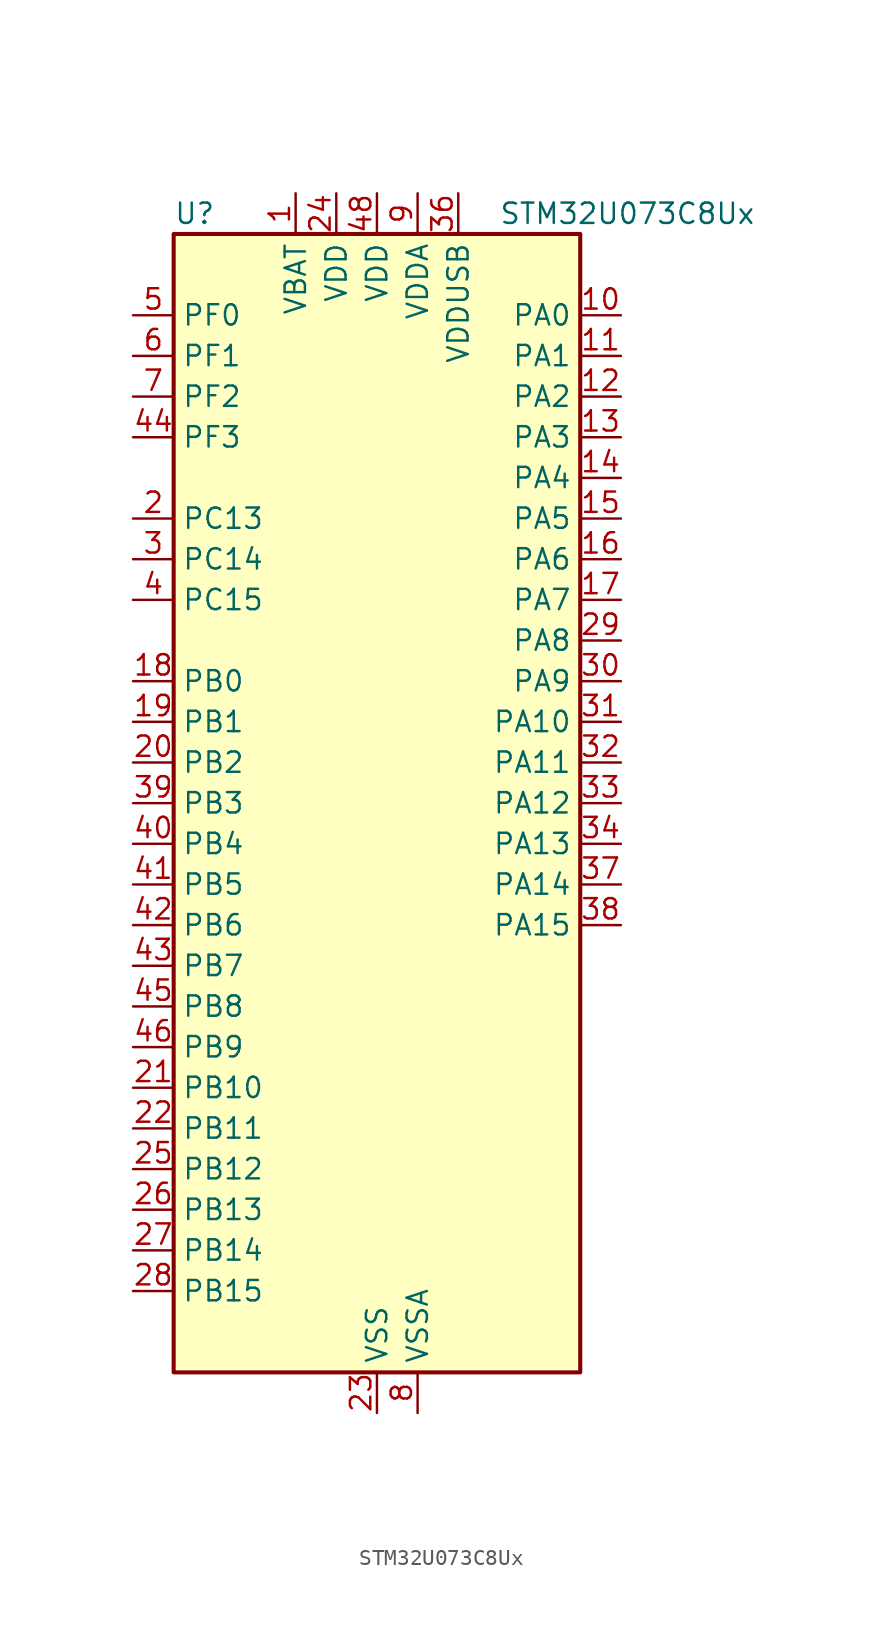
<source format=kicad_sym>
(kicad_symbol_lib
  (version 20241209)
  (generator "kicad_symbol_editor")
  (generator_version "9.0")
  (symbol "STM32U073C8Ux"
    (property "Reference" "U"
      (at -12.7 36.83 0)
      (effects (font (size 1.27 1.27)) (justify left)))
    (property "Value" "STM32U073C8Ux"
      (at 7.62 36.83 0)
      (effects (font (size 1.27 1.27)) (justify left)))
    (symbol "STM32U073C8Ux_0_1"
      (rectangle (start -12.7 -35.56) (end 12.7 35.56) (stroke (width 0.254) (type default)) (fill (type background))))
    (symbol "STM32U073C8Ux_1_1"
      (pin bidirectional line (at -15.24 30.48 0) (length 2.54) (name "PF0" (effects (font (size 1.27 1.27)))) (number "5" (effects (font (size 1.27 1.27)))) (alternate "RCC_OSC_IN" bidirectional line))
      (pin bidirectional line (at -15.24 27.94 0) (length 2.54) (name "PF1" (effects (font (size 1.27 1.27)))) (number "6" (effects (font (size 1.27 1.27)))) (alternate "RCC_OSC_EN" bidirectional line) (alternate "RCC_OSC_OUT" bidirectional line))
      (pin bidirectional line (at -15.24 25.4 0) (length 2.54) (name "PF2" (effects (font (size 1.27 1.27)))) (number "7" (effects (font (size 1.27 1.27)))) (alternate "RCC_MCO" bidirectional line))
      (pin bidirectional line (at -15.24 22.86 0) (length 2.54) (name "PF3" (effects (font (size 1.27 1.27)))) (number "44" (effects (font (size 1.27 1.27)))))
      (pin bidirectional line (at -15.24 17.78 0) (length 2.54) (name "PC13" (effects (font (size 1.27 1.27)))) (number "2" (effects (font (size 1.27 1.27)))) (alternate "LPTIM1_CH3" bidirectional line) (alternate "LPTIM3_CH3" bidirectional line) (alternate "PWR_WKUP2" bidirectional line) (alternate "RTC_OUT1" bidirectional line) (alternate "RTC_TS" bidirectional line) (alternate "TAMP_IN1" bidirectional line))
      (pin bidirectional line (at -15.24 15.24 0) (length 2.54) (name "PC14" (effects (font (size 1.27 1.27)))) (number "3" (effects (font (size 1.27 1.27)))) (alternate "RCC_OSC32_IN" bidirectional line))
      (pin bidirectional line (at -15.24 12.7 0) (length 2.54) (name "PC15" (effects (font (size 1.27 1.27)))) (number "4" (effects (font (size 1.27 1.27)))) (alternate "RCC_OSC32_EN" bidirectional line) (alternate "RCC_OSC32_OUT" bidirectional line) (alternate "RCC_OSC_EN" bidirectional line))
      (pin bidirectional line (at -15.24 7.62 0) (length 2.54) (name "PB0" (effects (font (size 1.27 1.27)))) (number "18" (effects (font (size 1.27 1.27)))) (alternate "ADC1_IN17" bidirectional line) (alternate "COMP1_OUT" bidirectional line) (alternate "LCD_SEG5" bidirectional line) (alternate "LPTIM3_CH1" bidirectional line) (alternate "LPUART2_CTS" bidirectional line) (alternate "SPI1_NSS" bidirectional line) (alternate "TIM1_CH2N" bidirectional line) (alternate "TIM3_CH3" bidirectional line) (alternate "TSC_G5_IO2" bidirectional line) (alternate "USART3_CK" bidirectional line))
      (pin bidirectional line (at -15.24 5.08 0) (length 2.54) (name "PB1" (effects (font (size 1.27 1.27)))) (number "19" (effects (font (size 1.27 1.27)))) (alternate "ADC1_IN18" bidirectional line) (alternate "COMP1_INM" bidirectional line) (alternate "LCD_SEG6" bidirectional line) (alternate "LPTIM2_IN1" bidirectional line) (alternate "LPTIM3_CH2" bidirectional line) (alternate "LPUART1_DE" bidirectional line) (alternate "LPUART1_RTS" bidirectional line) (alternate "LPUART2_DE" bidirectional line) (alternate "LPUART2_RTS" bidirectional line) (alternate "TIM1_CH3N" bidirectional line) (alternate "TIM3_CH4" bidirectional line) (alternate "TSC_SYNC" bidirectional line) (alternate "USART3_DE" bidirectional line) (alternate "USART3_RTS" bidirectional line))
      (pin bidirectional line (at -15.24 2.54 0) (length 2.54) (name "PB2" (effects (font (size 1.27 1.27)))) (number "20" (effects (font (size 1.27 1.27)))) (alternate "COMP1_INP" bidirectional line) (alternate "LCD_VLCD" bidirectional line) (alternate "LPTIM1_CH1" bidirectional line) (alternate "RTC_OUT2" bidirectional line))
      (pin bidirectional line (at -15.24 0 0) (length 2.54) (name "PB3" (effects (font (size 1.27 1.27)))) (number "39" (effects (font (size 1.27 1.27)))) (alternate "COMP2_INM" bidirectional line) (alternate "DEBUG_JTDO-SWO" bidirectional line) (alternate "I2C2_SCL" bidirectional line) (alternate "I2C3_SCL" bidirectional line) (alternate "LCD_SEG7" bidirectional line) (alternate "LPTIM1_CH3" bidirectional line) (alternate "SPI1_SCK" bidirectional line) (alternate "SPI3_SCK" bidirectional line) (alternate "TIM2_CH2" bidirectional line) (alternate "USART1_DE" bidirectional line) (alternate "USART1_RTS" bidirectional line))
      (pin bidirectional line (at -15.24 -2.54 0) (length 2.54) (name "PB4" (effects (font (size 1.27 1.27)))) (number "40" (effects (font (size 1.27 1.27)))) (alternate "COMP2_INP" bidirectional line) (alternate "I2C2_SDA" bidirectional line) (alternate "I2C3_SDA" bidirectional line) (alternate "LCD_SEG8" bidirectional line) (alternate "LPTIM1_CH4" bidirectional line) (alternate "LPUART3_DE" bidirectional line) (alternate "LPUART3_RTS" bidirectional line) (alternate "SPI1_MISO" bidirectional line) (alternate "SPI3_MISO" bidirectional line) (alternate "TIM3_CH1" bidirectional line) (alternate "TSC_G2_IO1" bidirectional line) (alternate "USART1_CTS" bidirectional line))
      (pin bidirectional line (at -15.24 -5.08 0) (length 2.54) (name "PB5" (effects (font (size 1.27 1.27)))) (number "41" (effects (font (size 1.27 1.27)))) (alternate "COMP2_OUT" bidirectional line) (alternate "LCD_SEG9" bidirectional line) (alternate "LPTIM1_IN1" bidirectional line) (alternate "LPUART3_CTS" bidirectional line) (alternate "SPI1_MOSI" bidirectional line) (alternate "SPI3_MOSI" bidirectional line) (alternate "TIM16_BKIN" bidirectional line) (alternate "TIM3_CH2" bidirectional line) (alternate "TSC_G2_IO2" bidirectional line) (alternate "USART1_CK" bidirectional line))
      (pin bidirectional line (at -15.24 -7.62 0) (length 2.54) (name "PB6" (effects (font (size 1.27 1.27)))) (number "42" (effects (font (size 1.27 1.27)))) (alternate "COMP2_INP" bidirectional line) (alternate "I2C1_SCL" bidirectional line) (alternate "I2C2_SCL" bidirectional line) (alternate "I2C4_SCL" bidirectional line) (alternate "LPTIM1_ETR" bidirectional line) (alternate "LPUART2_TX" bidirectional line) (alternate "LPUART3_TX" bidirectional line) (alternate "TIM16_CH1N" bidirectional line) (alternate "TSC_G2_IO3" bidirectional line) (alternate "USART1_TX" bidirectional line))
      (pin bidirectional line (at -15.24 -10.16 0) (length 2.54) (name "PB7" (effects (font (size 1.27 1.27)))) (number "43" (effects (font (size 1.27 1.27)))) (alternate "COMP2_INM" bidirectional line) (alternate "I2C1_SDA" bidirectional line) (alternate "I2C2_SDA" bidirectional line) (alternate "I2C4_SDA" bidirectional line) (alternate "LCD_SEG21" bidirectional line) (alternate "LPTIM1_IN2" bidirectional line) (alternate "LPUART2_RX" bidirectional line) (alternate "LPUART3_RX" bidirectional line) (alternate "PWR_PVD_IN" bidirectional line) (alternate "TSC_G2_IO4" bidirectional line) (alternate "USART1_RX" bidirectional line) (alternate "USART4_CTS" bidirectional line))
      (pin bidirectional line (at -15.24 -12.7 0) (length 2.54) (name "PB8" (effects (font (size 1.27 1.27)))) (number "45" (effects (font (size 1.27 1.27)))) (alternate "I2C1_SCL" bidirectional line) (alternate "I2C2_SCL" bidirectional line) (alternate "LCD_SEG16" bidirectional line) (alternate "LPTIM1_IN2" bidirectional line) (alternate "LPTIM3_IN2" bidirectional line) (alternate "TIM16_CH1" bidirectional line) (alternate "USART3_TX" bidirectional line))
      (pin bidirectional line (at -15.24 -15.24 0) (length 2.54) (name "PB9" (effects (font (size 1.27 1.27)))) (number "46" (effects (font (size 1.27 1.27)))) (alternate "DAC1_EXTI9" bidirectional line) (alternate "I2C1_SDA" bidirectional line) (alternate "I2C2_SDA" bidirectional line) (alternate "IR_OUT" bidirectional line) (alternate "LCD_COM3" bidirectional line) (alternate "LPTIM1_CH4" bidirectional line) (alternate "LPTIM3_CH4" bidirectional line) (alternate "SPI2_NSS" bidirectional line) (alternate "USART3_RX" bidirectional line))
      (pin bidirectional line (at -15.24 -17.78 0) (length 2.54) (name "PB10" (effects (font (size 1.27 1.27)))) (number "21" (effects (font (size 1.27 1.27)))) (alternate "COMP1_OUT" bidirectional line) (alternate "I2C2_SCL" bidirectional line) (alternate "I2C4_SCL" bidirectional line) (alternate "LCD_SEG10" bidirectional line) (alternate "LPTIM3_CH1" bidirectional line) (alternate "LPUART1_RX" bidirectional line) (alternate "LPUART2_RX" bidirectional line) (alternate "SPI2_SCK" bidirectional line) (alternate "TIM2_CH3" bidirectional line) (alternate "TSC_G5_IO3" bidirectional line) (alternate "USART3_TX" bidirectional line))
      (pin bidirectional line (at -15.24 -20.32 0) (length 2.54) (name "PB11" (effects (font (size 1.27 1.27)))) (number "22" (effects (font (size 1.27 1.27)))) (alternate "ADC1_EXTI11" bidirectional line) (alternate "COMP2_OUT" bidirectional line) (alternate "I2C2_SDA" bidirectional line) (alternate "I2C4_SDA" bidirectional line) (alternate "LCD_SEG11" bidirectional line) (alternate "LPUART1_TX" bidirectional line) (alternate "LPUART2_TX" bidirectional line) (alternate "TIM2_CH4" bidirectional line) (alternate "TSC_G5_IO4" bidirectional line) (alternate "USART3_RX" bidirectional line))
      (pin bidirectional line (at -15.24 -22.86 0) (length 2.54) (name "PB12" (effects (font (size 1.27 1.27)))) (number "25" (effects (font (size 1.27 1.27)))) (alternate "LCD_SEG12" bidirectional line) (alternate "LPUART1_DE" bidirectional line) (alternate "LPUART1_RTS" bidirectional line) (alternate "SPI2_NSS" bidirectional line) (alternate "TIM15_BKIN" bidirectional line) (alternate "TIM1_BKIN" bidirectional line) (alternate "TSC_G1_IO1" bidirectional line) (alternate "USART3_CK" bidirectional line))
      (pin bidirectional line (at -15.24 -25.4 0) (length 2.54) (name "PB13" (effects (font (size 1.27 1.27)))) (number "26" (effects (font (size 1.27 1.27)))) (alternate "I2C2_SCL" bidirectional line) (alternate "LCD_SEG13" bidirectional line) (alternate "LPTIM3_IN1" bidirectional line) (alternate "LPUART1_CTS" bidirectional line) (alternate "SPI2_SCK" bidirectional line) (alternate "TIM15_CH1N" bidirectional line) (alternate "TIM1_CH1N" bidirectional line) (alternate "TSC_G1_IO2" bidirectional line) (alternate "USART3_CTS" bidirectional line))
      (pin bidirectional line (at -15.24 -27.94 0) (length 2.54) (name "PB14" (effects (font (size 1.27 1.27)))) (number "27" (effects (font (size 1.27 1.27)))) (alternate "I2C2_SDA" bidirectional line) (alternate "LCD_SEG14" bidirectional line) (alternate "LPTIM3_ETR" bidirectional line) (alternate "SPI2_MISO" bidirectional line) (alternate "TIM15_CH1" bidirectional line) (alternate "TIM1_CH2N" bidirectional line) (alternate "TSC_G1_IO3" bidirectional line) (alternate "USART3_DE" bidirectional line) (alternate "USART3_RTS" bidirectional line))
      (pin bidirectional line (at -15.24 -30.48 0) (length 2.54) (name "PB15" (effects (font (size 1.27 1.27)))) (number "28" (effects (font (size 1.27 1.27)))) (alternate "LCD_SEG15" bidirectional line) (alternate "PWR_WKUP7" bidirectional line) (alternate "RTC_REFIN" bidirectional line) (alternate "SPI2_MOSI" bidirectional line) (alternate "TAMP_IN3" bidirectional line) (alternate "TIM15_CH2" bidirectional line) (alternate "TIM1_CH3N" bidirectional line) (alternate "TSC_G1_IO4" bidirectional line))
      (pin power_in line (at -5.08 38.1 270) (length 2.54) (name "VBAT" (effects (font (size 1.27 1.27)))) (number "1" (effects (font (size 1.27 1.27)))))
      (pin power_in line (at -2.54 38.1 270) (length 2.54) (name "VDD" (effects (font (size 1.27 1.27)))) (number "24" (effects (font (size 1.27 1.27)))))
      (pin power_in line (at 0 38.1 270) (length 2.54) (name "VDD" (effects (font (size 1.27 1.27)))) (number "48" (effects (font (size 1.27 1.27)))))
      (pin power_in line (at 0 -38.1 90) (length 2.54) (name "VSS" (effects (font (size 1.27 1.27)))) (number "23" (effects (font (size 1.27 1.27)))))
      (pin passive line (at 0 -38.1 90) (length 2.54) (hide yes) (name "VSS" (effects (font (size 1.27 1.27)))) (number "35" (effects (font (size 1.27 1.27)))))
      (pin passive line (at 0 -38.1 90) (length 2.54) (hide yes) (name "VSS" (effects (font (size 1.27 1.27)))) (number "47" (effects (font (size 1.27 1.27)))))
      (pin passive line (at 0 -38.1 90) (length 2.54) (hide yes) (name "VSS" (effects (font (size 1.27 1.27)))) (number "49" (effects (font (size 1.27 1.27)))))
      (pin power_in line (at 2.54 38.1 270) (length 2.54) (name "VDDA" (effects (font (size 1.27 1.27)))) (number "9" (effects (font (size 1.27 1.27)))))
      (pin power_in line (at 2.54 -38.1 90) (length 2.54) (name "VSSA" (effects (font (size 1.27 1.27)))) (number "8" (effects (font (size 1.27 1.27)))))
      (pin power_in line (at 5.08 38.1 270) (length 2.54) (name "VDDUSB" (effects (font (size 1.27 1.27)))) (number "36" (effects (font (size 1.27 1.27)))))
      (pin bidirectional line (at 15.24 30.48 180) (length 2.54) (name "PA0" (effects (font (size 1.27 1.27)))) (number "10" (effects (font (size 1.27 1.27)))) (alternate "ADC1_IN4" bidirectional line) (alternate "COMP1_INM" bidirectional line) (alternate "COMP1_OUT" bidirectional line) (alternate "LCD_SEG42" bidirectional line) (alternate "OPAMP1_VINP" bidirectional line) (alternate "PWR_WKUP1" bidirectional line) (alternate "TAMP_IN2" bidirectional line) (alternate "TIM2_CH1" bidirectional line) (alternate "TIM2_ETR" bidirectional line) (alternate "USART2_CTS" bidirectional line) (alternate "USART4_TX" bidirectional line))
      (pin bidirectional line (at 15.24 27.94 180) (length 2.54) (name "PA1" (effects (font (size 1.27 1.27)))) (number "11" (effects (font (size 1.27 1.27)))) (alternate "ADC1_IN5" bidirectional line) (alternate "COMP1_INP" bidirectional line) (alternate "LCD_SEG0" bidirectional line) (alternate "LPTIM1_CH2" bidirectional line) (alternate "OPAMP1_VINM" bidirectional line) (alternate "PWR_WKUP3" bidirectional line) (alternate "SPI1_SCK" bidirectional line) (alternate "SPI2_SCK" bidirectional line) (alternate "TAMP_IN5" bidirectional line) (alternate "TIM15_CH1N" bidirectional line) (alternate "TIM2_CH2" bidirectional line) (alternate "USART2_DE" bidirectional line) (alternate "USART2_RTS" bidirectional line) (alternate "USART4_RX" bidirectional line))
      (pin bidirectional line (at 15.24 25.4 180) (length 2.54) (name "PA2" (effects (font (size 1.27 1.27)))) (number "12" (effects (font (size 1.27 1.27)))) (alternate "ADC1_IN6" bidirectional line) (alternate "COMP2_INM" bidirectional line) (alternate "COMP2_OUT" bidirectional line) (alternate "LCD_SEG1" bidirectional line) (alternate "LPUART1_TX" bidirectional line) (alternate "PWR_WKUP4" bidirectional line) (alternate "RCC_LSCO" bidirectional line) (alternate "TIM15_CH1" bidirectional line) (alternate "TIM2_CH3" bidirectional line) (alternate "USART2_TX" bidirectional line))
      (pin bidirectional line (at 15.24 22.86 180) (length 2.54) (name "PA3" (effects (font (size 1.27 1.27)))) (number "13" (effects (font (size 1.27 1.27)))) (alternate "ADC1_IN7" bidirectional line) (alternate "COMP2_INP" bidirectional line) (alternate "LCD_SEG2" bidirectional line) (alternate "LPUART1_RX" bidirectional line) (alternate "OPAMP1_VOUT" bidirectional line) (alternate "TIM15_CH2" bidirectional line) (alternate "TIM2_CH4" bidirectional line) (alternate "USART2_RX" bidirectional line))
      (pin bidirectional line (at 15.24 20.32 180) (length 2.54) (name "PA4" (effects (font (size 1.27 1.27)))) (number "14" (effects (font (size 1.27 1.27)))) (alternate "ADC1_IN8" bidirectional line) (alternate "COMP1_INM" bidirectional line) (alternate "COMP2_INM" bidirectional line) (alternate "DAC1_OUT1" bidirectional line) (alternate "LCD_SEG43" bidirectional line) (alternate "LPTIM2_CH1" bidirectional line) (alternate "LPUART3_TX" bidirectional line) (alternate "SPI1_NSS" bidirectional line) (alternate "SPI3_NSS" bidirectional line) (alternate "USART2_CK" bidirectional line))
      (pin bidirectional line (at 15.24 17.78 180) (length 2.54) (name "PA5" (effects (font (size 1.27 1.27)))) (number "15" (effects (font (size 1.27 1.27)))) (alternate "ADC1_IN9" bidirectional line) (alternate "COMP1_INM" bidirectional line) (alternate "COMP2_INM" bidirectional line) (alternate "LCD_SEG44" bidirectional line) (alternate "LPTIM2_ETR" bidirectional line) (alternate "LPUART3_RX" bidirectional line) (alternate "SPI1_SCK" bidirectional line) (alternate "TIM2_CH1" bidirectional line) (alternate "TIM2_ETR" bidirectional line) (alternate "USART3_TX" bidirectional line))
      (pin bidirectional line (at 15.24 15.24 180) (length 2.54) (name "PA6" (effects (font (size 1.27 1.27)))) (number "16" (effects (font (size 1.27 1.27)))) (alternate "ADC1_IN10" bidirectional line) (alternate "COMP1_OUT" bidirectional line) (alternate "I2C2_SDA" bidirectional line) (alternate "I2C3_SDA" bidirectional line) (alternate "LCD_SEG3" bidirectional line) (alternate "LPUART1_CTS" bidirectional line) (alternate "SPI1_MISO" bidirectional line) (alternate "TIM16_CH1" bidirectional line) (alternate "TIM1_BKIN" bidirectional line) (alternate "TIM3_CH1" bidirectional line) (alternate "TSC_G5_IO1" bidirectional line) (alternate "USART3_CTS" bidirectional line))
      (pin bidirectional line (at 15.24 12.7 180) (length 2.54) (name "PA7" (effects (font (size 1.27 1.27)))) (number "17" (effects (font (size 1.27 1.27)))) (alternate "ADC1_IN14" bidirectional line) (alternate "COMP2_OUT" bidirectional line) (alternate "I2C2_SCL" bidirectional line) (alternate "I2C3_SCL" bidirectional line) (alternate "LCD_SEG4" bidirectional line) (alternate "LPTIM2_CH2" bidirectional line) (alternate "SPI1_MOSI" bidirectional line) (alternate "TIM1_CH1N" bidirectional line) (alternate "TIM3_CH2" bidirectional line) (alternate "USART3_RX" bidirectional line))
      (pin bidirectional line (at 15.24 10.16 180) (length 2.54) (name "PA8" (effects (font (size 1.27 1.27)))) (number "29" (effects (font (size 1.27 1.27)))) (alternate "LCD_COM0" bidirectional line) (alternate "LPTIM2_CH1" bidirectional line) (alternate "RCC_MCO" bidirectional line) (alternate "RCC_MCO2" bidirectional line) (alternate "TIM1_CH1" bidirectional line) (alternate "TSC_G7_IO1" bidirectional line) (alternate "USART1_CK" bidirectional line))
      (pin bidirectional line (at 15.24 7.62 180) (length 2.54) (name "PA9" (effects (font (size 1.27 1.27)))) (number "30" (effects (font (size 1.27 1.27)))) (alternate "COMP1_INP" bidirectional line) (alternate "DAC1_EXTI9" bidirectional line) (alternate "I2C1_SCL" bidirectional line) (alternate "I2C2_SCL" bidirectional line) (alternate "LCD_COM1" bidirectional line) (alternate "RCC_MCO" bidirectional line) (alternate "TIM15_BKIN" bidirectional line) (alternate "TIM1_CH2" bidirectional line) (alternate "TSC_G7_IO2" bidirectional line) (alternate "USART1_TX" bidirectional line))
      (pin bidirectional line (at 15.24 5.08 180) (length 2.54) (name "PA10" (effects (font (size 1.27 1.27)))) (number "31" (effects (font (size 1.27 1.27)))) (alternate "CRS_SYNC" bidirectional line) (alternate "I2C1_SDA" bidirectional line) (alternate "I2C2_SDA" bidirectional line) (alternate "LCD_COM2" bidirectional line) (alternate "RCC_MCO2" bidirectional line) (alternate "SPI2_NSS" bidirectional line) (alternate "TIM1_CH3" bidirectional line) (alternate "TSC_G7_IO3" bidirectional line) (alternate "USART1_RX" bidirectional line))
      (pin bidirectional line (at 15.24 2.54 180) (length 2.54) (name "PA11" (effects (font (size 1.27 1.27)))) (number "32" (effects (font (size 1.27 1.27)))) (alternate "ADC1_EXTI11" bidirectional line) (alternate "COMP1_OUT" bidirectional line) (alternate "SPI1_MISO" bidirectional line) (alternate "SPI2_MISO" bidirectional line) (alternate "TIM1_BKIN2" bidirectional line) (alternate "TIM1_CH4" bidirectional line) (alternate "USART1_CTS" bidirectional line) (alternate "USB_DM" bidirectional line))
      (pin bidirectional line (at 15.24 0 180) (length 2.54) (name "PA12" (effects (font (size 1.27 1.27)))) (number "33" (effects (font (size 1.27 1.27)))) (alternate "SPI1_MOSI" bidirectional line) (alternate "SPI2_MOSI" bidirectional line) (alternate "TIM1_ETR" bidirectional line) (alternate "USART1_DE" bidirectional line) (alternate "USART1_RTS" bidirectional line) (alternate "USB_DP" bidirectional line))
      (pin bidirectional line (at 15.24 -2.54 180) (length 2.54) (name "PA13" (effects (font (size 1.27 1.27)))) (number "34" (effects (font (size 1.27 1.27)))) (alternate "DEBUG_JTMS-SWDIO" bidirectional line) (alternate "IR_OUT" bidirectional line) (alternate "LCD_SEG40" bidirectional line) (alternate "TSC_G7_IO4" bidirectional line) (alternate "USB_NOE" bidirectional line))
      (pin bidirectional line (at 15.24 -5.08 180) (length 2.54) (name "PA14" (effects (font (size 1.27 1.27)))) (number "37" (effects (font (size 1.27 1.27)))) (alternate "DEBUG_JTCK-SWCLK" bidirectional line) (alternate "LCD_SEG41" bidirectional line) (alternate "LPTIM1_CH1" bidirectional line) (alternate "TSC_G3_IO4" bidirectional line))
      (pin bidirectional line (at 15.24 -7.62 180) (length 2.54) (name "PA15" (effects (font (size 1.27 1.27)))) (number "38" (effects (font (size 1.27 1.27)))) (alternate "DEBUG_JTDI" bidirectional line) (alternate "LCD_SEG17" bidirectional line) (alternate "LPTIM3_CH3" bidirectional line) (alternate "LPTIM3_IN2" bidirectional line) (alternate "SPI1_NSS" bidirectional line) (alternate "SPI3_NSS" bidirectional line) (alternate "TIM2_CH1" bidirectional line) (alternate "TIM2_ETR" bidirectional line) (alternate "TSC_G3_IO1" bidirectional line) (alternate "USART2_RX" bidirectional line) (alternate "USART3_DE" bidirectional line) (alternate "USART3_RTS" bidirectional line) (alternate "USART4_DE" bidirectional line) (alternate "USART4_RTS" bidirectional line)))))
</source>
